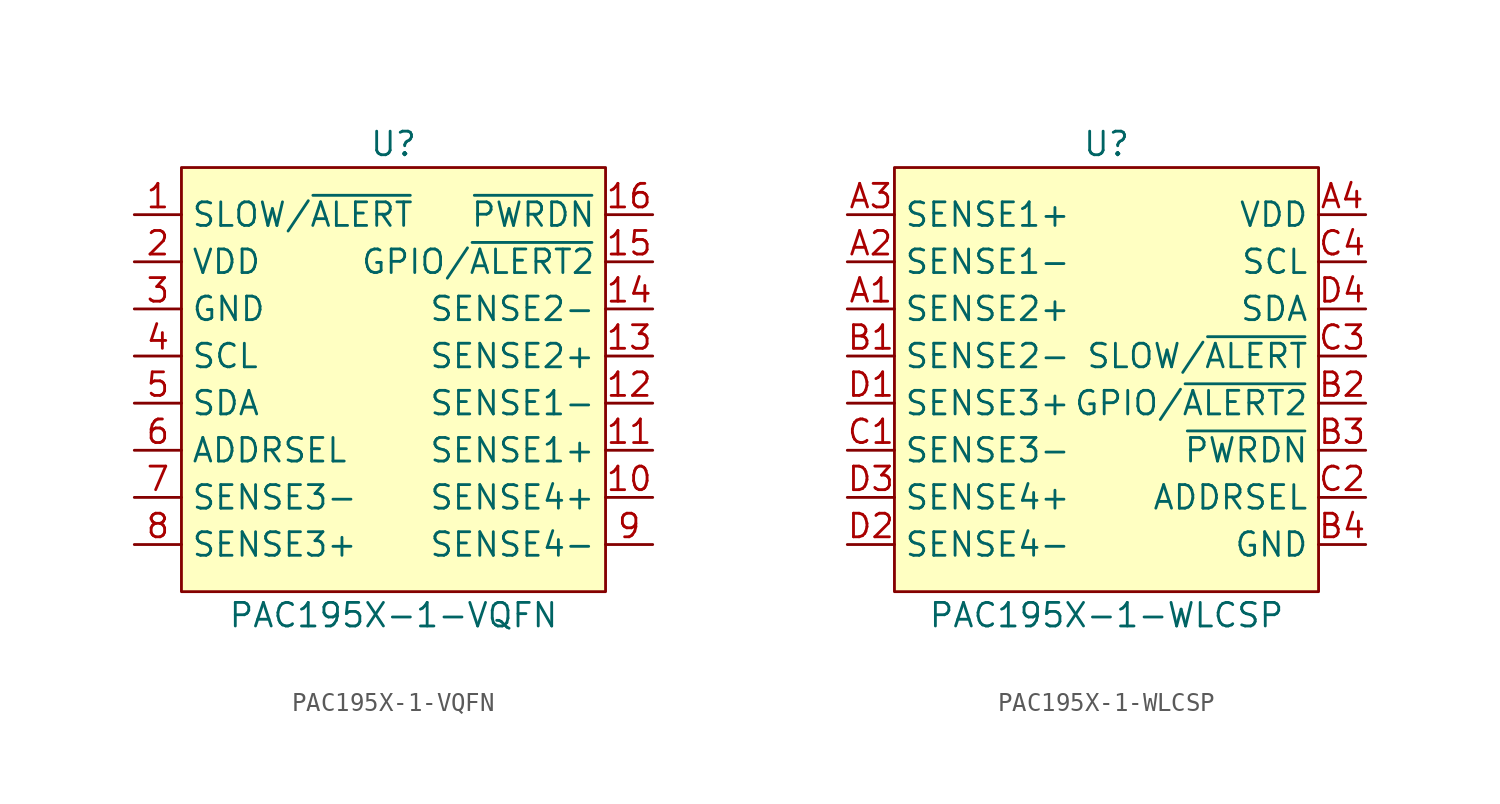
<source format=kicad_sym>
(kicad_symbol_lib
  (version 20211014)
  (generator kicad_symbol_editor)
  (symbol "PAC195X-1-VQFN"
    (property "Reference" "U"
      (at 0 12.7 0)
      (effects (font (size 1.27 1.27))))
    (property "Value" "PAC195X-1-VQFN"
      (at 0 -12.7 0)
      (effects (font (size 1.27 1.27))))
    (symbol "PAC195X-1-VQFN_0_1"
      (rectangle (start -11.43 11.43) (end 11.43 -11.43) (stroke (width 0.152) (type default) (color 0 0 0 0)) (fill (type background))))
    (symbol "PAC195X-1-VQFN_1_1"
      (pin bidirectional line (at -13.97 8.89 0) (length 2.54) (name "SLOW/~{ALERT}" (effects (font (size 1.27 1.27)))) (number "1" (effects (font (size 1.27 1.27)))))
      (pin input line (at 13.97 -6.35 180) (length 2.54) (name "SENSE4+" (effects (font (size 1.27 1.27)))) (number "10" (effects (font (size 1.27 1.27)))))
      (pin input line (at 13.97 -3.81 180) (length 2.54) (name "SENSE1+" (effects (font (size 1.27 1.27)))) (number "11" (effects (font (size 1.27 1.27)))))
      (pin input line (at 13.97 -1.27 180) (length 2.54) (name "SENSE1-" (effects (font (size 1.27 1.27)))) (number "12" (effects (font (size 1.27 1.27)))))
      (pin input line (at 13.97 1.27 180) (length 2.54) (name "SENSE2+" (effects (font (size 1.27 1.27)))) (number "13" (effects (font (size 1.27 1.27)))))
      (pin input line (at 13.97 3.81 180) (length 2.54) (name "SENSE2-" (effects (font (size 1.27 1.27)))) (number "14" (effects (font (size 1.27 1.27)))))
      (pin bidirectional line (at 13.97 6.35 180) (length 2.54) (name "GPIO/~{ALERT2}" (effects (font (size 1.27 1.27)))) (number "15" (effects (font (size 1.27 1.27)))))
      (pin input line (at 13.97 8.89 180) (length 2.54) (name "~{PWRDN}" (effects (font (size 1.27 1.27)))) (number "16" (effects (font (size 1.27 1.27)))))
      (pin power_in line (at -13.97 3.81 0) (length 2.54) hide (name "GND" (effects (font (size 1.27 1.27)))) (number "17" (effects (font (size 1.27 1.27)))))
      (pin power_in line (at -13.97 6.35 0) (length 2.54) (name "VDD" (effects (font (size 1.27 1.27)))) (number "2" (effects (font (size 1.27 1.27)))))
      (pin power_in line (at -13.97 3.81 0) (length 2.54) (name "GND" (effects (font (size 1.27 1.27)))) (number "3" (effects (font (size 1.27 1.27)))))
      (pin input line (at -13.97 1.27 0) (length 2.54) (name "SCL" (effects (font (size 1.27 1.27)))) (number "4" (effects (font (size 1.27 1.27)))))
      (pin bidirectional line (at -13.97 -1.27 0) (length 2.54) (name "SDA" (effects (font (size 1.27 1.27)))) (number "5" (effects (font (size 1.27 1.27)))))
      (pin passive line (at -13.97 -3.81 0) (length 2.54) (name "ADDRSEL" (effects (font (size 1.27 1.27)))) (number "6" (effects (font (size 1.27 1.27)))))
      (pin input line (at -13.97 -6.35 0) (length 2.54) (name "SENSE3-" (effects (font (size 1.27 1.27)))) (number "7" (effects (font (size 1.27 1.27)))))
      (pin input line (at -13.97 -8.89 0) (length 2.54) (name "SENSE3+" (effects (font (size 1.27 1.27)))) (number "8" (effects (font (size 1.27 1.27)))))
      (pin input line (at 13.97 -8.89 180) (length 2.54) (name "SENSE4-" (effects (font (size 1.27 1.27)))) (number "9" (effects (font (size 1.27 1.27)))))))
  (symbol "PAC195X-1-WLCSP"
    (property "Reference" "U"
      (at 0 12.7 0)
      (effects (font (size 1.27 1.27))))
    (property "Value" "PAC195X-1-WLCSP"
      (at 0 -12.7 0)
      (effects (font (size 1.27 1.27))))
    (symbol "PAC195X-1-WLCSP_0_1"
      (rectangle (start -11.43 11.43) (end 11.43 -11.43) (stroke (width 0.152) (type default) (color 0 0 0 0)) (fill (type background))))
    (symbol "PAC195X-1-WLCSP_1_1"
      (pin input line (at -13.97 3.81 0) (length 2.54) (name "SENSE2+" (effects (font (size 1.27 1.27)))) (number "A1" (effects (font (size 1.27 1.27)))))
      (pin input line (at -13.97 6.35 0) (length 2.54) (name "SENSE1-" (effects (font (size 1.27 1.27)))) (number "A2" (effects (font (size 1.27 1.27)))))
      (pin input line (at -13.97 8.89 0) (length 2.54) (name "SENSE1+" (effects (font (size 1.27 1.27)))) (number "A3" (effects (font (size 1.27 1.27)))))
      (pin power_in line (at 13.97 8.89 180) (length 2.54) (name "VDD" (effects (font (size 1.27 1.27)))) (number "A4" (effects (font (size 1.27 1.27)))))
      (pin input line (at -13.97 1.27 0) (length 2.54) (name "SENSE2-" (effects (font (size 1.27 1.27)))) (number "B1" (effects (font (size 1.27 1.27)))))
      (pin bidirectional line (at 13.97 -1.27 180) (length 2.54) (name "GPIO/~{ALERT2}" (effects (font (size 1.27 1.27)))) (number "B2" (effects (font (size 1.27 1.27)))))
      (pin input line (at 13.97 -3.81 180) (length 2.54) (name "~{PWRDN}" (effects (font (size 1.27 1.27)))) (number "B3" (effects (font (size 1.27 1.27)))))
      (pin power_in line (at 13.97 -8.89 180) (length 2.54) (name "GND" (effects (font (size 1.27 1.27)))) (number "B4" (effects (font (size 1.27 1.27)))))
      (pin input line (at -13.97 -3.81 0) (length 2.54) (name "SENSE3-" (effects (font (size 1.27 1.27)))) (number "C1" (effects (font (size 1.27 1.27)))))
      (pin passive line (at 13.97 -6.35 180) (length 2.54) (name "ADDRSEL" (effects (font (size 1.27 1.27)))) (number "C2" (effects (font (size 1.27 1.27)))))
      (pin bidirectional line (at 13.97 1.27 180) (length 2.54) (name "SLOW/~{ALERT}" (effects (font (size 1.27 1.27)))) (number "C3" (effects (font (size 1.27 1.27)))))
      (pin input line (at 13.97 6.35 180) (length 2.54) (name "SCL" (effects (font (size 1.27 1.27)))) (number "C4" (effects (font (size 1.27 1.27)))))
      (pin input line (at -13.97 -1.27 0) (length 2.54) (name "SENSE3+" (effects (font (size 1.27 1.27)))) (number "D1" (effects (font (size 1.27 1.27)))))
      (pin input line (at -13.97 -8.89 0) (length 2.54) (name "SENSE4-" (effects (font (size 1.27 1.27)))) (number "D2" (effects (font (size 1.27 1.27)))))
      (pin input line (at -13.97 -6.35 0) (length 2.54) (name "SENSE4+" (effects (font (size 1.27 1.27)))) (number "D3" (effects (font (size 1.27 1.27)))))
      (pin bidirectional line (at 13.97 3.81 180) (length 2.54) (name "SDA" (effects (font (size 1.27 1.27)))) (number "D4" (effects (font (size 1.27 1.27))))))))
</source>
